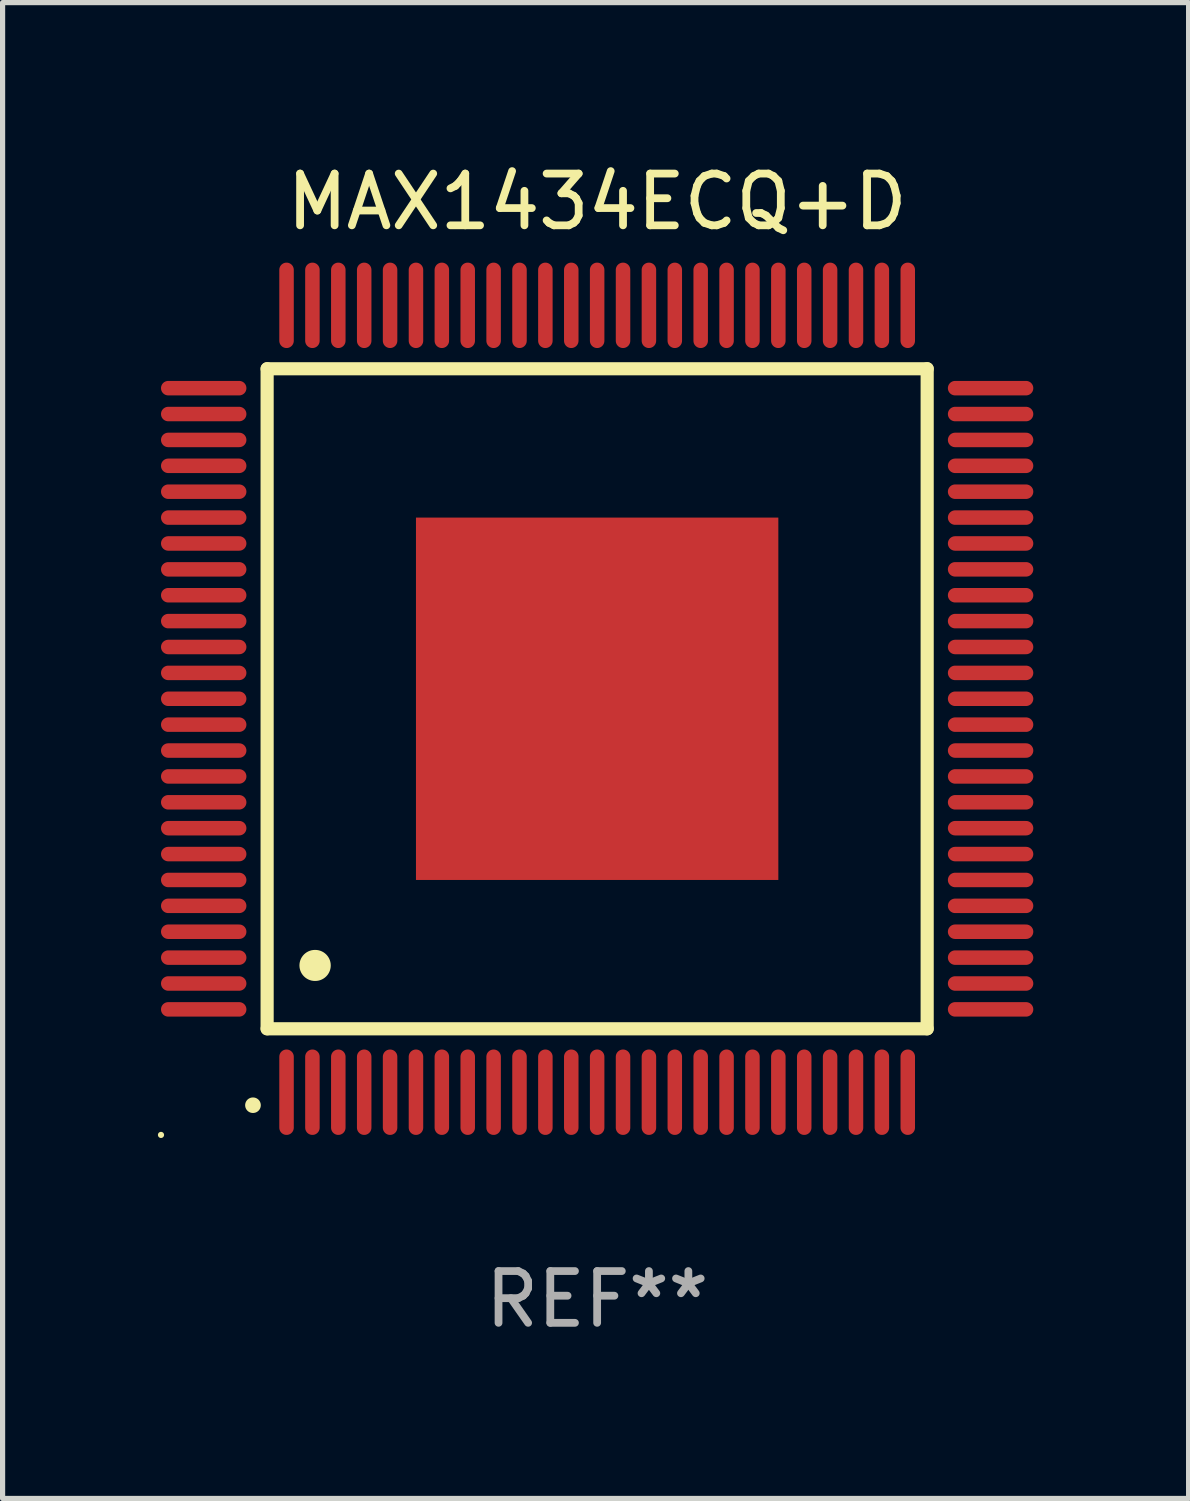
<source format=kicad_pcb>
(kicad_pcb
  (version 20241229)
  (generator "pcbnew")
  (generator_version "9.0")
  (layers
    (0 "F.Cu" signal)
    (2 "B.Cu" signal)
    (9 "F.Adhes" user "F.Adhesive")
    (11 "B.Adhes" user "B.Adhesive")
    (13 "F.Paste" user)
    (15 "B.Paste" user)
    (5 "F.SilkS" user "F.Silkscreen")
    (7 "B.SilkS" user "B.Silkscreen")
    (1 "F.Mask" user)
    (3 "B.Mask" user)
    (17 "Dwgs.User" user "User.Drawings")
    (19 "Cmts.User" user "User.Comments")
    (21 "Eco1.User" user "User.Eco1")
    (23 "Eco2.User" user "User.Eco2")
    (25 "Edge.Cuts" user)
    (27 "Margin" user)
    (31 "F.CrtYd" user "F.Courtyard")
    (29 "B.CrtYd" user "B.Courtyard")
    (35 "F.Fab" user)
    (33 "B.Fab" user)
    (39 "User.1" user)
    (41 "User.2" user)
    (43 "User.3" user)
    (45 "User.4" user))
  (footprint "MAX1434ECQ+D"
    (layer "F.Cu")
    (at 8.485 10.448)
    (property "Reference" "MAX1434ECQ+D" (at 0 -9.6 0) (layer "F.SilkS") (effects (font (size 1 1) (thickness 0.15))))
    (attr through_hole)
    (fp_line (start -6.375 -6.375) (end -6.375 6.375) (stroke (width 0.254) (type solid)) (layer "F.SilkS"))
    (fp_line (start -6.375 6.375) (end 6.375 6.375) (stroke (width 0.254) (type solid)) (layer "F.SilkS"))
    (fp_line (start 6.375 -6.375) (end -6.375 -6.375) (stroke (width 0.254) (type solid)) (layer "F.SilkS"))
    (fp_line (start 6.375 6.375) (end 6.375 -6.375) (stroke (width 0.254) (type solid)) (layer "F.SilkS"))
    (fp_arc (start -6.649733 7.851156) (mid -6.648463 7.851151) (end -6.647193 7.851156) (stroke (width 0.3) (type solid)) (layer "F.SilkS"))
    (fp_arc (start -5.450851 5.15113) (mid -5.448311 5.151119) (end -5.445771 5.15113) (stroke (width 0.6) (type solid)) (layer "F.SilkS"))
    (fp_circle (center -8.425 8.425) (end -8.395 8.425) (stroke (width 0.06) (type solid)) (fill no) (layer "F.SilkS"))
    (fp_text user "REF**" (at 0 11.6 0) (layer "F.Fab") (effects (font (size 1 1) (thickness 0.15))))
    (pad "1" smd oval (at -6 7.6 180) (size 0.28 1.65) (layers "F.Cu" "F.Mask" "F.Paste"))
    (pad "2" smd oval (at -5.5 7.6 180) (size 0.28 1.65) (layers "F.Cu" "F.Mask" "F.Paste"))
    (pad "3" smd oval (at -5 7.6 180) (size 0.28 1.65) (layers "F.Cu" "F.Mask" "F.Paste"))
    (pad "4" smd oval (at -4.5 7.6 180) (size 0.28 1.65) (layers "F.Cu" "F.Mask" "F.Paste"))
    (pad "5" smd oval (at -4 7.6 180) (size 0.28 1.65) (layers "F.Cu" "F.Mask" "F.Paste"))
    (pad "6" smd oval (at -3.5 7.6 180) (size 0.28 1.65) (layers "F.Cu" "F.Mask" "F.Paste"))
    (pad "7" smd oval (at -3 7.6 180) (size 0.28 1.65) (layers "F.Cu" "F.Mask" "F.Paste"))
    (pad "8" smd oval (at -2.5 7.6 180) (size 0.28 1.65) (layers "F.Cu" "F.Mask" "F.Paste"))
    (pad "9" smd oval (at -2 7.6 180) (size 0.28 1.65) (layers "F.Cu" "F.Mask" "F.Paste"))
    (pad "10" smd oval (at -1.5 7.6 180) (size 0.28 1.65) (layers "F.Cu" "F.Mask" "F.Paste"))
    (pad "11" smd oval (at -1 7.6 180) (size 0.28 1.65) (layers "F.Cu" "F.Mask" "F.Paste"))
    (pad "12" smd oval (at -0.5 7.6 180) (size 0.28 1.65) (layers "F.Cu" "F.Mask" "F.Paste"))
    (pad "13" smd oval (at 0 7.6 180) (size 0.28 1.65) (layers "F.Cu" "F.Mask" "F.Paste"))
    (pad "14" smd oval (at 0.5 7.6 180) (size 0.28 1.65) (layers "F.Cu" "F.Mask" "F.Paste"))
    (pad "15" smd oval (at 1 7.6 180) (size 0.28 1.65) (layers "F.Cu" "F.Mask" "F.Paste"))
    (pad "16" smd oval (at 1.5 7.6 180) (size 0.28 1.65) (layers "F.Cu" "F.Mask" "F.Paste"))
    (pad "17" smd oval (at 2 7.6 180) (size 0.28 1.65) (layers "F.Cu" "F.Mask" "F.Paste"))
    (pad "18" smd oval (at 2.5 7.6 180) (size 0.28 1.65) (layers "F.Cu" "F.Mask" "F.Paste"))
    (pad "19" smd oval (at 3 7.6 180) (size 0.28 1.65) (layers "F.Cu" "F.Mask" "F.Paste"))
    (pad "20" smd oval (at 3.5 7.6 180) (size 0.28 1.65) (layers "F.Cu" "F.Mask" "F.Paste"))
    (pad "21" smd oval (at 4 7.6 180) (size 0.28 1.65) (layers "F.Cu" "F.Mask" "F.Paste"))
    (pad "22" smd oval (at 4.5 7.6 180) (size 0.28 1.65) (layers "F.Cu" "F.Mask" "F.Paste"))
    (pad "23" smd oval (at 5 7.6 180) (size 0.28 1.65) (layers "F.Cu" "F.Mask" "F.Paste"))
    (pad "24" smd oval (at 5.5 7.6 180) (size 0.28 1.65) (layers "F.Cu" "F.Mask" "F.Paste"))
    (pad "25" smd oval (at 6 7.6 180) (size 0.28 1.65) (layers "F.Cu" "F.Mask" "F.Paste"))
    (pad "26" smd oval (at 7.6 6 90) (size 0.28 1.65) (layers "F.Cu" "F.Mask" "F.Paste"))
    (pad "27" smd oval (at 7.6 5.5 90) (size 0.28 1.65) (layers "F.Cu" "F.Mask" "F.Paste"))
    (pad "28" smd oval (at 7.6 5 90) (size 0.28 1.65) (layers "F.Cu" "F.Mask" "F.Paste"))
    (pad "29" smd oval (at 7.6 4.5 90) (size 0.28 1.65) (layers "F.Cu" "F.Mask" "F.Paste"))
    (pad "30" smd oval (at 7.6 4 90) (size 0.28 1.65) (layers "F.Cu" "F.Mask" "F.Paste"))
    (pad "31" smd oval (at 7.6 3.5 90) (size 0.28 1.65) (layers "F.Cu" "F.Mask" "F.Paste"))
    (pad "32" smd oval (at 7.6 3 90) (size 0.28 1.65) (layers "F.Cu" "F.Mask" "F.Paste"))
    (pad "33" smd oval (at 7.6 2.5 90) (size 0.28 1.65) (layers "F.Cu" "F.Mask" "F.Paste"))
    (pad "34" smd oval (at 7.6 2 90) (size 0.28 1.65) (layers "F.Cu" "F.Mask" "F.Paste"))
    (pad "35" smd oval (at 7.6 1.5 90) (size 0.28 1.65) (layers "F.Cu" "F.Mask" "F.Paste"))
    (pad "36" smd oval (at 7.6 1 90) (size 0.28 1.65) (layers "F.Cu" "F.Mask" "F.Paste"))
    (pad "37" smd oval (at 7.6 0.5 90) (size 0.28 1.65) (layers "F.Cu" "F.Mask" "F.Paste"))
    (pad "38" smd oval (at 7.6 0 90) (size 0.28 1.65) (layers "F.Cu" "F.Mask" "F.Paste"))
    (pad "39" smd oval (at 7.6 -0.5 90) (size 0.28 1.65) (layers "F.Cu" "F.Mask" "F.Paste"))
    (pad "40" smd oval (at 7.6 -1 90) (size 0.28 1.65) (layers "F.Cu" "F.Mask" "F.Paste"))
    (pad "41" smd oval (at 7.6 -1.5 90) (size 0.28 1.65) (layers "F.Cu" "F.Mask" "F.Paste"))
    (pad "42" smd oval (at 7.6 -2 90) (size 0.28 1.65) (layers "F.Cu" "F.Mask" "F.Paste"))
    (pad "43" smd oval (at 7.6 -2.5 90) (size 0.28 1.65) (layers "F.Cu" "F.Mask" "F.Paste"))
    (pad "44" smd oval (at 7.6 -3 90) (size 0.28 1.65) (layers "F.Cu" "F.Mask" "F.Paste"))
    (pad "45" smd oval (at 7.6 -3.5 90) (size 0.28 1.65) (layers "F.Cu" "F.Mask" "F.Paste"))
    (pad "46" smd oval (at 7.6 -4 90) (size 0.28 1.65) (layers "F.Cu" "F.Mask" "F.Paste"))
    (pad "47" smd oval (at 7.6 -4.5 90) (size 0.28 1.65) (layers "F.Cu" "F.Mask" "F.Paste"))
    (pad "48" smd oval (at 7.6 -5 90) (size 0.28 1.65) (layers "F.Cu" "F.Mask" "F.Paste"))
    (pad "49" smd oval (at 7.6 -5.5 90) (size 0.28 1.65) (layers "F.Cu" "F.Mask" "F.Paste"))
    (pad "50" smd oval (at 7.6 -6 90) (size 0.28 1.65) (layers "F.Cu" "F.Mask" "F.Paste"))
    (pad "51" smd oval (at 6 -7.6 180) (size 0.28 1.65) (layers "F.Cu" "F.Mask" "F.Paste"))
    (pad "52" smd oval (at 5.5 -7.6 180) (size 0.28 1.65) (layers "F.Cu" "F.Mask" "F.Paste"))
    (pad "53" smd oval (at 5 -7.6 180) (size 0.28 1.65) (layers "F.Cu" "F.Mask" "F.Paste"))
    (pad "54" smd oval (at 4.5 -7.6 180) (size 0.28 1.65) (layers "F.Cu" "F.Mask" "F.Paste"))
    (pad "55" smd oval (at 4 -7.6 180) (size 0.28 1.65) (layers "F.Cu" "F.Mask" "F.Paste"))
    (pad "56" smd oval (at 3.5 -7.6 180) (size 0.28 1.65) (layers "F.Cu" "F.Mask" "F.Paste"))
    (pad "57" smd oval (at 3 -7.6 180) (size 0.28 1.65) (layers "F.Cu" "F.Mask" "F.Paste"))
    (pad "58" smd oval (at 2.5 -7.6 180) (size 0.28 1.65) (layers "F.Cu" "F.Mask" "F.Paste"))
    (pad "59" smd oval (at 2 -7.6 180) (size 0.28 1.65) (layers "F.Cu" "F.Mask" "F.Paste"))
    (pad "60" smd oval (at 1.5 -7.6 180) (size 0.28 1.65) (layers "F.Cu" "F.Mask" "F.Paste"))
    (pad "61" smd oval (at 1 -7.6 180) (size 0.28 1.65) (layers "F.Cu" "F.Mask" "F.Paste"))
    (pad "62" smd oval (at 0.5 -7.6 180) (size 0.28 1.65) (layers "F.Cu" "F.Mask" "F.Paste"))
    (pad "63" smd oval (at 0 -7.6 180) (size 0.28 1.65) (layers "F.Cu" "F.Mask" "F.Paste"))
    (pad "64" smd oval (at -0.5 -7.6 180) (size 0.28 1.65) (layers "F.Cu" "F.Mask" "F.Paste"))
    (pad "65" smd oval (at -1 -7.6 180) (size 0.28 1.65) (layers "F.Cu" "F.Mask" "F.Paste"))
    (pad "66" smd oval (at -1.5 -7.6 180) (size 0.28 1.65) (layers "F.Cu" "F.Mask" "F.Paste"))
    (pad "67" smd oval (at -2 -7.6 180) (size 0.28 1.65) (layers "F.Cu" "F.Mask" "F.Paste"))
    (pad "68" smd oval (at -2.5 -7.6 180) (size 0.28 1.65) (layers "F.Cu" "F.Mask" "F.Paste"))
    (pad "69" smd oval (at -3 -7.6 180) (size 0.28 1.65) (layers "F.Cu" "F.Mask" "F.Paste"))
    (pad "70" smd oval (at -3.5 -7.6 180) (size 0.28 1.65) (layers "F.Cu" "F.Mask" "F.Paste"))
    (pad "71" smd oval (at -4 -7.6 180) (size 0.28 1.65) (layers "F.Cu" "F.Mask" "F.Paste"))
    (pad "72" smd oval (at -4.5 -7.6 180) (size 0.28 1.65) (layers "F.Cu" "F.Mask" "F.Paste"))
    (pad "73" smd oval (at -5 -7.6 180) (size 0.28 1.65) (layers "F.Cu" "F.Mask" "F.Paste"))
    (pad "74" smd oval (at -5.5 -7.6 180) (size 0.28 1.65) (layers "F.Cu" "F.Mask" "F.Paste"))
    (pad "75" smd oval (at -6 -7.6 180) (size 0.28 1.65) (layers "F.Cu" "F.Mask" "F.Paste"))
    (pad "76" smd oval (at -7.6 -6 90) (size 0.28 1.65) (layers "F.Cu" "F.Mask" "F.Paste"))
    (pad "77" smd oval (at -7.6 -5.5 90) (size 0.28 1.65) (layers "F.Cu" "F.Mask" "F.Paste"))
    (pad "78" smd oval (at -7.6 -5 90) (size 0.28 1.65) (layers "F.Cu" "F.Mask" "F.Paste"))
    (pad "79" smd oval (at -7.6 -4.5 90) (size 0.28 1.65) (layers "F.Cu" "F.Mask" "F.Paste"))
    (pad "80" smd oval (at -7.6 -4 90) (size 0.28 1.65) (layers "F.Cu" "F.Mask" "F.Paste"))
    (pad "81" smd oval (at -7.6 -3.5 90) (size 0.28 1.65) (layers "F.Cu" "F.Mask" "F.Paste"))
    (pad "82" smd oval (at -7.6 -3 90) (size 0.28 1.65) (layers "F.Cu" "F.Mask" "F.Paste"))
    (pad "83" smd oval (at -7.6 -2.5 90) (size 0.28 1.65) (layers "F.Cu" "F.Mask" "F.Paste"))
    (pad "84" smd oval (at -7.6 -2 90) (size 0.28 1.65) (layers "F.Cu" "F.Mask" "F.Paste"))
    (pad "85" smd oval (at -7.6 -1.5 90) (size 0.28 1.65) (layers "F.Cu" "F.Mask" "F.Paste"))
    (pad "86" smd oval (at -7.6 -1 90) (size 0.28 1.65) (layers "F.Cu" "F.Mask" "F.Paste"))
    (pad "87" smd oval (at -7.6 -0.5 90) (size 0.28 1.65) (layers "F.Cu" "F.Mask" "F.Paste"))
    (pad "88" smd oval (at -7.6 0 90) (size 0.28 1.65) (layers "F.Cu" "F.Mask" "F.Paste"))
    (pad "89" smd oval (at -7.6 0.5 90) (size 0.28 1.65) (layers "F.Cu" "F.Mask" "F.Paste"))
    (pad "90" smd oval (at -7.6 1 90) (size 0.28 1.65) (layers "F.Cu" "F.Mask" "F.Paste"))
    (pad "91" smd oval (at -7.6 1.5 90) (size 0.28 1.65) (layers "F.Cu" "F.Mask" "F.Paste"))
    (pad "92" smd oval (at -7.6 2 90) (size 0.28 1.65) (layers "F.Cu" "F.Mask" "F.Paste"))
    (pad "93" smd oval (at -7.6 2.5 90) (size 0.28 1.65) (layers "F.Cu" "F.Mask" "F.Paste"))
    (pad "94" smd oval (at -7.6 3 90) (size 0.28 1.65) (layers "F.Cu" "F.Mask" "F.Paste"))
    (pad "95" smd oval (at -7.6 3.5 90) (size 0.28 1.65) (layers "F.Cu" "F.Mask" "F.Paste"))
    (pad "96" smd oval (at -7.6 4 90) (size 0.28 1.65) (layers "F.Cu" "F.Mask" "F.Paste"))
    (pad "97" smd oval (at -7.6 4.5 90) (size 0.28 1.65) (layers "F.Cu" "F.Mask" "F.Paste"))
    (pad "98" smd oval (at -7.6 5 90) (size 0.28 1.65) (layers "F.Cu" "F.Mask" "F.Paste"))
    (pad "99" smd oval (at -7.6 5.5 90) (size 0.28 1.65) (layers "F.Cu" "F.Mask" "F.Paste"))
    (pad "100" smd oval (at -7.6 6 90) (size 0.28 1.65) (layers "F.Cu" "F.Mask" "F.Paste"))
    (pad "101" smd rect (at 0 0) (size 7 7) (layers "F.Cu" "F.Mask" "F.Paste")))
  (gr_rect
    (start -3 -3)
    (end 19.91 25.896)
    (stroke (width 0.1) (type default))
    (fill no)
    (layer "Edge.Cuts")))
</source>
